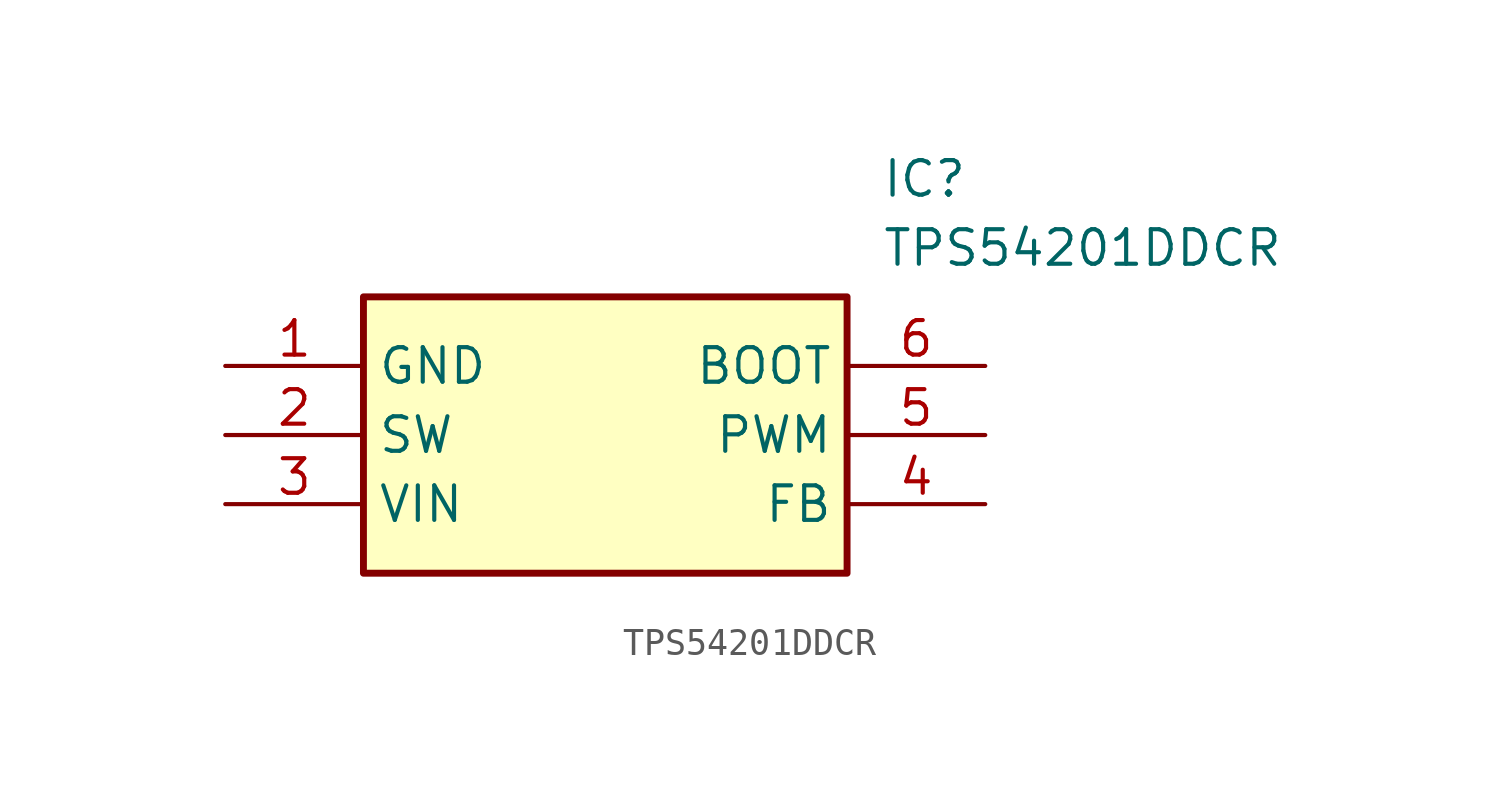
<source format=kicad_sym>
(kicad_symbol_lib
  (version 20211014)
  (generator SamacSys_ECAD_Model)
  (symbol "TPS54201DDCR"
    (property "Reference" "IC"
      (at 24.13 7.62 0)
      (effects (font (size 1.27 1.27)) (justify left top)))
    (property "Value" "TPS54201DDCR"
      (at 24.13 5.08 0)
      (effects (font (size 1.27 1.27)) (justify left top)))
    (rectangle
      (start 5.08 2.54)
      (end 22.86 -7.62)
      (stroke (width 0.254) (type default))
      (fill (type background)))
    (pin passive line
      (at 0 0 0)
      (length 5.08)
      (name "GND" (effects (font (size 1.27 1.27))))
      (number "1" (effects (font (size 1.27 1.27)))))
    (pin passive line
      (at 0 -2.54 0)
      (length 5.08)
      (name "SW" (effects (font (size 1.27 1.27))))
      (number "2" (effects (font (size 1.27 1.27)))))
    (pin passive line
      (at 0 -5.08 0)
      (length 5.08)
      (name "VIN" (effects (font (size 1.27 1.27))))
      (number "3" (effects (font (size 1.27 1.27)))))
    (pin passive line
      (at 27.94 0 180)
      (length 5.08)
      (name "BOOT" (effects (font (size 1.27 1.27))))
      (number "6" (effects (font (size 1.27 1.27)))))
    (pin passive line
      (at 27.94 -2.54 180)
      (length 5.08)
      (name "PWM" (effects (font (size 1.27 1.27))))
      (number "5" (effects (font (size 1.27 1.27)))))
    (pin passive line
      (at 27.94 -5.08 180)
      (length 5.08)
      (name "FB" (effects (font (size 1.27 1.27))))
      (number "4" (effects (font (size 1.27 1.27)))))))
</source>
